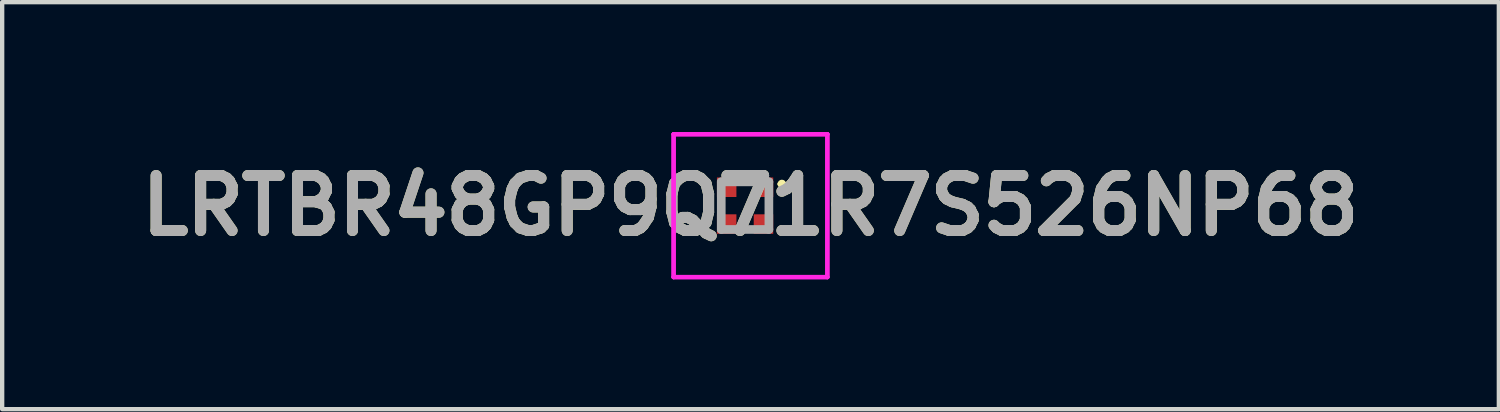
<source format=kicad_pcb>
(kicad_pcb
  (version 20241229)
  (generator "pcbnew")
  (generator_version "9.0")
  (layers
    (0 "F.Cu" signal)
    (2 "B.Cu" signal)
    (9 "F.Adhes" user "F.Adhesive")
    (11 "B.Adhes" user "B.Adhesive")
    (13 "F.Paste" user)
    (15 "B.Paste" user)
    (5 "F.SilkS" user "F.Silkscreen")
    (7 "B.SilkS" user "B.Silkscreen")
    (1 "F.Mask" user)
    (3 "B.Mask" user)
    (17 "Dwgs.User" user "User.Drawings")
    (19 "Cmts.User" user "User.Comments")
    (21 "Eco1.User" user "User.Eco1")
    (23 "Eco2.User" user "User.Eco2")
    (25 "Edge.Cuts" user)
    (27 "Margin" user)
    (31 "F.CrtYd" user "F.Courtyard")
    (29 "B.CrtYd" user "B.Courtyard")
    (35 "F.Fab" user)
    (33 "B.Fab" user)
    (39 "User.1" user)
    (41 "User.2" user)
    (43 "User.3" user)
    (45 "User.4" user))
  (footprint "LRTBR48GP9Q71R7S526NP68"
    (layer "F.Cu")
    (at 14.159 1.7)
    (property "Reference" "LRTBR48GP9Q71R7S526NP68" (at 0.125 0 0) (layer "F.SilkS") (effects (font (size 1.27 1.27) (thickness 0.254))))
    (attr smd)
    (fp_line (start 0.8 -0.5) (end 0.8 -0.5) (stroke (width 0.1) (type solid)) (layer "F.SilkS"))
    (fp_line (start 0.9 -0.5) (end 0.9 -0.5) (stroke (width 0.1) (type solid)) (layer "F.SilkS"))
    (fp_arc (start 0.8 -0.5) (mid 0.85 -0.55) (end 0.9 -0.5) (stroke (width 0.1) (type solid)) (layer "F.SilkS"))
    (fp_arc (start 0.9 -0.5) (mid 0.85 -0.45) (end 0.8 -0.5) (stroke (width 0.1) (type solid)) (layer "F.SilkS"))
    (fp_line (start -1.65 -1.65) (end 1.9 -1.65) (stroke (width 0.1) (type solid)) (layer "F.CrtYd"))
    (fp_line (start -1.65 -1.65) (end 1.9 -1.65) (stroke (width 0.1) (type solid)) (layer "F.CrtYd"))
    (fp_line (start -1.65 1.65) (end -1.65 -1.65) (stroke (width 0.1) (type solid)) (layer "F.CrtYd"))
    (fp_line (start -1.65 1.65) (end -1.65 -1.65) (stroke (width 0.1) (type solid)) (layer "F.CrtYd"))
    (fp_line (start 1.9 -1.65) (end 1.9 1.65) (stroke (width 0.1) (type solid)) (layer "F.CrtYd"))
    (fp_line (start 1.9 -1.65) (end 1.9 1.65) (stroke (width 0.1) (type solid)) (layer "F.CrtYd"))
    (fp_line (start 1.9 1.65) (end -1.65 1.65) (stroke (width 0.1) (type solid)) (layer "F.CrtYd"))
    (fp_line (start 1.9 1.65) (end -1.65 1.65) (stroke (width 0.1) (type solid)) (layer "F.CrtYd"))
    (fp_line (start -0.55 -0.55) (end 0.55 -0.55) (stroke (width 0.2) (type solid)) (layer "F.Fab"))
    (fp_line (start -0.55 0.55) (end -0.55 -0.55) (stroke (width 0.2) (type solid)) (layer "F.Fab"))
    (fp_line (start 0.55 -0.55) (end 0.55 0.55) (stroke (width 0.2) (type solid)) (layer "F.Fab"))
    (fp_line (start 0.55 0.55) (end -0.55 0.55) (stroke (width 0.2) (type solid)) (layer "F.Fab"))
    (fp_text user "${REFERENCE}" (at 0.125 0 0) (layer "F.Fab") (effects (font (size 1.27 1.27) (thickness 0.254))))
    (pad "1" smd rect (at 0.425 -0.425 90) (size 0.45 0.45) (layers "F.Cu" "F.Mask" "F.Paste"))
    (pad "2" smd rect (at 0.425 0.425 90) (size 0.45 0.45) (layers "F.Cu" "F.Mask" "F.Paste"))
    (pad "3" smd rect (at -0.425 0.425 90) (size 0.45 0.45) (layers "F.Cu" "F.Mask" "F.Paste"))
    (pad "4" smd rect (at -0.425 -0.425 90) (size 0.45 0.45) (layers "F.Cu" "F.Mask" "F.Paste")))
  (gr_rect
    (start -3 -3)
    (end 31.569 6.4)
    (stroke (width 0.1) (type default))
    (fill no)
    (layer "Edge.Cuts")))
</source>
